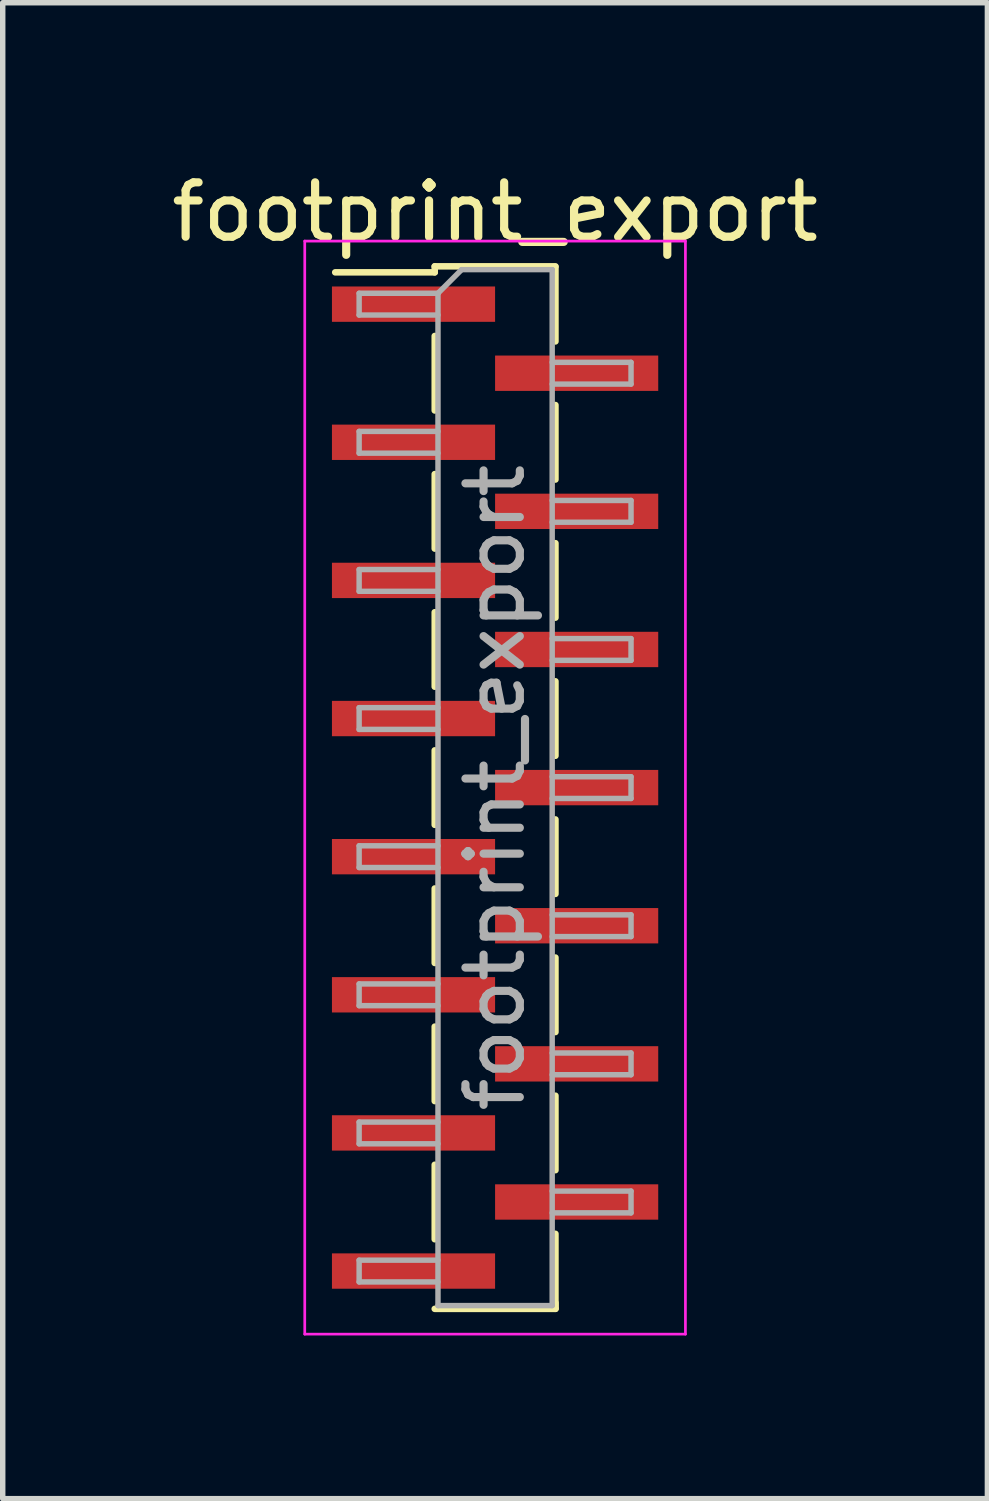
<source format=kicad_pcb>
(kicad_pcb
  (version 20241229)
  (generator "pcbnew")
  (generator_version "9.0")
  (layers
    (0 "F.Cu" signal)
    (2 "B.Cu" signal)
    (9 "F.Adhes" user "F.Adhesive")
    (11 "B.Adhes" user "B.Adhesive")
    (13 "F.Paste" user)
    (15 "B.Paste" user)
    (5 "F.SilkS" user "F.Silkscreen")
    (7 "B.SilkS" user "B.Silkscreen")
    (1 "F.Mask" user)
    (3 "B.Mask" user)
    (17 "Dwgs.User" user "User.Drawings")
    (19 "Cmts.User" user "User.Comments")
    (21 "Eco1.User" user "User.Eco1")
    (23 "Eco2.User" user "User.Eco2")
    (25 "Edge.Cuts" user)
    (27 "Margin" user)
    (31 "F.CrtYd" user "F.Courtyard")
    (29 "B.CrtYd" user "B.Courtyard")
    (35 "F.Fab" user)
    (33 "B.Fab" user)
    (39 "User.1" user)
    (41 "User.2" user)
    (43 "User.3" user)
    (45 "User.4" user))
  (footprint "footprint_export"
    (layer "F.Cu")
    (at 6.054 11.433)
    (property "Reference" "footprint_export" (at 0 -10.585 0) (layer "F.SilkS") (effects (font (size 1 1) (thickness 0.15))))
    (attr smd)
    (fp_line (start -1.11 -9.585) (end -1.11 -9.475) (stroke (width 0.12) (type solid)) (layer "F.SilkS"))
    (fp_line (start -1.11 -9.585) (end 1.11 -9.585) (stroke (width 0.12) (type solid)) (layer "F.SilkS"))
    (fp_line (start -1.11 -9.475) (end -2.94 -9.475) (stroke (width 0.12) (type solid)) (layer "F.SilkS"))
    (fp_line (start -1.11 -8.305) (end -1.11 -6.935) (stroke (width 0.12) (type solid)) (layer "F.SilkS"))
    (fp_line (start -1.11 -5.765) (end -1.11 -4.395) (stroke (width 0.12) (type solid)) (layer "F.SilkS"))
    (fp_line (start -1.11 -3.225) (end -1.11 -1.855) (stroke (width 0.12) (type solid)) (layer "F.SilkS"))
    (fp_line (start -1.11 -0.685) (end -1.11 0.685) (stroke (width 0.12) (type solid)) (layer "F.SilkS"))
    (fp_line (start -1.11 1.855) (end -1.11 3.225) (stroke (width 0.12) (type solid)) (layer "F.SilkS"))
    (fp_line (start -1.11 4.395) (end -1.11 5.765) (stroke (width 0.12) (type solid)) (layer "F.SilkS"))
    (fp_line (start -1.11 6.935) (end -1.11 8.305) (stroke (width 0.12) (type solid)) (layer "F.SilkS"))
    (fp_line (start -1.11 9.585) (end 1.11 9.585) (stroke (width 0.12) (type solid)) (layer "F.SilkS"))
    (fp_line (start 1.11 -9.575) (end 1.11 -8.205) (stroke (width 0.12) (type solid)) (layer "F.SilkS"))
    (fp_line (start 1.11 -7.035) (end 1.11 -5.665) (stroke (width 0.12) (type solid)) (layer "F.SilkS"))
    (fp_line (start 1.11 -4.495) (end 1.11 -3.125) (stroke (width 0.12) (type solid)) (layer "F.SilkS"))
    (fp_line (start 1.11 -1.955) (end 1.11 -0.585) (stroke (width 0.12) (type solid)) (layer "F.SilkS"))
    (fp_line (start 1.11 0.585) (end 1.11 1.955) (stroke (width 0.12) (type solid)) (layer "F.SilkS"))
    (fp_line (start 1.11 3.125) (end 1.11 4.495) (stroke (width 0.12) (type solid)) (layer "F.SilkS"))
    (fp_line (start 1.11 5.665) (end 1.11 7.035) (stroke (width 0.12) (type solid)) (layer "F.SilkS"))
    (fp_line (start 1.11 8.205) (end 1.11 9.575) (stroke (width 0.12) (type solid)) (layer "F.SilkS"))
    (fp_line (start 1.11 9.475) (end 1.11 9.585) (stroke (width 0.12) (type solid)) (layer "F.SilkS"))
    (fp_line (start -3.5 -10.05) (end -3.5 10.05) (stroke (width 0.05) (type solid)) (layer "F.CrtYd"))
    (fp_line (start -3.5 10.05) (end 3.5 10.05) (stroke (width 0.05) (type solid)) (layer "F.CrtYd"))
    (fp_line (start 3.5 -10.05) (end -3.5 -10.05) (stroke (width 0.05) (type solid)) (layer "F.CrtYd"))
    (fp_line (start 3.5 10.05) (end 3.5 -10.05) (stroke (width 0.05) (type solid)) (layer "F.CrtYd"))
    (fp_line (start -2.5 -9.09) (end -2.5 -8.69) (stroke (width 0.1) (type solid)) (layer "F.Fab"))
    (fp_line (start -2.5 -8.69) (end -1.05 -8.69) (stroke (width 0.1) (type solid)) (layer "F.Fab"))
    (fp_line (start -2.5 -6.55) (end -2.5 -6.15) (stroke (width 0.1) (type solid)) (layer "F.Fab"))
    (fp_line (start -2.5 -6.15) (end -1.05 -6.15) (stroke (width 0.1) (type solid)) (layer "F.Fab"))
    (fp_line (start -2.5 -4.01) (end -2.5 -3.61) (stroke (width 0.1) (type solid)) (layer "F.Fab"))
    (fp_line (start -2.5 -3.61) (end -1.05 -3.61) (stroke (width 0.1) (type solid)) (layer "F.Fab"))
    (fp_line (start -2.5 -1.47) (end -2.5 -1.07) (stroke (width 0.1) (type solid)) (layer "F.Fab"))
    (fp_line (start -2.5 -1.07) (end -1.05 -1.07) (stroke (width 0.1) (type solid)) (layer "F.Fab"))
    (fp_line (start -2.5 1.07) (end -2.5 1.47) (stroke (width 0.1) (type solid)) (layer "F.Fab"))
    (fp_line (start -2.5 1.47) (end -1.05 1.47) (stroke (width 0.1) (type solid)) (layer "F.Fab"))
    (fp_line (start -2.5 3.61) (end -2.5 4.01) (stroke (width 0.1) (type solid)) (layer "F.Fab"))
    (fp_line (start -2.5 4.01) (end -1.05 4.01) (stroke (width 0.1) (type solid)) (layer "F.Fab"))
    (fp_line (start -2.5 6.15) (end -2.5 6.55) (stroke (width 0.1) (type solid)) (layer "F.Fab"))
    (fp_line (start -2.5 6.55) (end -1.05 6.55) (stroke (width 0.1) (type solid)) (layer "F.Fab"))
    (fp_line (start -2.5 8.69) (end -2.5 9.09) (stroke (width 0.1) (type solid)) (layer "F.Fab"))
    (fp_line (start -2.5 9.09) (end -1.05 9.09) (stroke (width 0.1) (type solid)) (layer "F.Fab"))
    (fp_line (start -1.05 -9.09) (end -2.5 -9.09) (stroke (width 0.1) (type solid)) (layer "F.Fab"))
    (fp_line (start -1.05 -9.09) (end -0.615 -9.525) (stroke (width 0.1) (type solid)) (layer "F.Fab"))
    (fp_line (start -1.05 -6.55) (end -2.5 -6.55) (stroke (width 0.1) (type solid)) (layer "F.Fab"))
    (fp_line (start -1.05 -4.01) (end -2.5 -4.01) (stroke (width 0.1) (type solid)) (layer "F.Fab"))
    (fp_line (start -1.05 -1.47) (end -2.5 -1.47) (stroke (width 0.1) (type solid)) (layer "F.Fab"))
    (fp_line (start -1.05 1.07) (end -2.5 1.07) (stroke (width 0.1) (type solid)) (layer "F.Fab"))
    (fp_line (start -1.05 3.61) (end -2.5 3.61) (stroke (width 0.1) (type solid)) (layer "F.Fab"))
    (fp_line (start -1.05 6.15) (end -2.5 6.15) (stroke (width 0.1) (type solid)) (layer "F.Fab"))
    (fp_line (start -1.05 8.69) (end -2.5 8.69) (stroke (width 0.1) (type solid)) (layer "F.Fab"))
    (fp_line (start -1.05 9.525) (end -1.05 -9.09) (stroke (width 0.1) (type solid)) (layer "F.Fab"))
    (fp_line (start -0.615 -9.525) (end 1.05 -9.525) (stroke (width 0.1) (type solid)) (layer "F.Fab"))
    (fp_line (start 1.05 -9.525) (end 1.05 9.525) (stroke (width 0.1) (type solid)) (layer "F.Fab"))
    (fp_line (start 1.05 -7.82) (end 2.5 -7.82) (stroke (width 0.1) (type solid)) (layer "F.Fab"))
    (fp_line (start 1.05 -5.28) (end 2.5 -5.28) (stroke (width 0.1) (type solid)) (layer "F.Fab"))
    (fp_line (start 1.05 -2.74) (end 2.5 -2.74) (stroke (width 0.1) (type solid)) (layer "F.Fab"))
    (fp_line (start 1.05 -0.2) (end 2.5 -0.2) (stroke (width 0.1) (type solid)) (layer "F.Fab"))
    (fp_line (start 1.05 2.34) (end 2.5 2.34) (stroke (width 0.1) (type solid)) (layer "F.Fab"))
    (fp_line (start 1.05 4.88) (end 2.5 4.88) (stroke (width 0.1) (type solid)) (layer "F.Fab"))
    (fp_line (start 1.05 7.42) (end 2.5 7.42) (stroke (width 0.1) (type solid)) (layer "F.Fab"))
    (fp_line (start 1.05 9.525) (end -1.05 9.525) (stroke (width 0.1) (type solid)) (layer "F.Fab"))
    (fp_line (start 2.5 -7.82) (end 2.5 -7.42) (stroke (width 0.1) (type solid)) (layer "F.Fab"))
    (fp_line (start 2.5 -7.42) (end 1.05 -7.42) (stroke (width 0.1) (type solid)) (layer "F.Fab"))
    (fp_line (start 2.5 -5.28) (end 2.5 -4.88) (stroke (width 0.1) (type solid)) (layer "F.Fab"))
    (fp_line (start 2.5 -4.88) (end 1.05 -4.88) (stroke (width 0.1) (type solid)) (layer "F.Fab"))
    (fp_line (start 2.5 -2.74) (end 2.5 -2.34) (stroke (width 0.1) (type solid)) (layer "F.Fab"))
    (fp_line (start 2.5 -2.34) (end 1.05 -2.34) (stroke (width 0.1) (type solid)) (layer "F.Fab"))
    (fp_line (start 2.5 -0.2) (end 2.5 0.2) (stroke (width 0.1) (type solid)) (layer "F.Fab"))
    (fp_line (start 2.5 0.2) (end 1.05 0.2) (stroke (width 0.1) (type solid)) (layer "F.Fab"))
    (fp_line (start 2.5 2.34) (end 2.5 2.74) (stroke (width 0.1) (type solid)) (layer "F.Fab"))
    (fp_line (start 2.5 2.74) (end 1.05 2.74) (stroke (width 0.1) (type solid)) (layer "F.Fab"))
    (fp_line (start 2.5 4.88) (end 2.5 5.28) (stroke (width 0.1) (type solid)) (layer "F.Fab"))
    (fp_line (start 2.5 5.28) (end 1.05 5.28) (stroke (width 0.1) (type solid)) (layer "F.Fab"))
    (fp_line (start 2.5 7.42) (end 2.5 7.82) (stroke (width 0.1) (type solid)) (layer "F.Fab"))
    (fp_line (start 2.5 7.82) (end 1.05 7.82) (stroke (width 0.1) (type solid)) (layer "F.Fab"))
    (fp_text user "${REFERENCE}" (at 0 0 90) (layer "F.Fab") (effects (font (size 1 1) (thickness 0.15))))
    (pad "1" smd rect (at -1.5 -8.89) (size 3 0.65) (layers "F.Cu" "F.Mask" "F.Paste"))
    (pad "2" smd rect (at 1.5 -7.62) (size 3 0.65) (layers "F.Cu" "F.Mask" "F.Paste"))
    (pad "3" smd rect (at -1.5 -6.35) (size 3 0.65) (layers "F.Cu" "F.Mask" "F.Paste"))
    (pad "4" smd rect (at 1.5 -5.08) (size 3 0.65) (layers "F.Cu" "F.Mask" "F.Paste"))
    (pad "5" smd rect (at -1.5 -3.81) (size 3 0.65) (layers "F.Cu" "F.Mask" "F.Paste"))
    (pad "6" smd rect (at 1.5 -2.54) (size 3 0.65) (layers "F.Cu" "F.Mask" "F.Paste"))
    (pad "7" smd rect (at -1.5 -1.27) (size 3 0.65) (layers "F.Cu" "F.Mask" "F.Paste"))
    (pad "8" smd rect (at 1.5 0) (size 3 0.65) (layers "F.Cu" "F.Mask" "F.Paste"))
    (pad "9" smd rect (at -1.5 1.27) (size 3 0.65) (layers "F.Cu" "F.Mask" "F.Paste"))
    (pad "10" smd rect (at 1.5 2.54) (size 3 0.65) (layers "F.Cu" "F.Mask" "F.Paste"))
    (pad "11" smd rect (at -1.5 3.81) (size 3 0.65) (layers "F.Cu" "F.Mask" "F.Paste"))
    (pad "12" smd rect (at 1.5 5.08) (size 3 0.65) (layers "F.Cu" "F.Mask" "F.Paste"))
    (pad "13" smd rect (at -1.5 6.35) (size 3 0.65) (layers "F.Cu" "F.Mask" "F.Paste"))
    (pad "14" smd rect (at 1.5 7.62) (size 3 0.65) (layers "F.Cu" "F.Mask" "F.Paste"))
    (pad "15" smd rect (at -1.5 8.89) (size 3 0.65) (layers "F.Cu" "F.Mask" "F.Paste")))
  (gr_rect
    (start -3 -3)
    (end 15.107 24.508)
    (stroke (width 0.1) (type default))
    (fill no)
    (layer "Edge.Cuts")))
</source>
